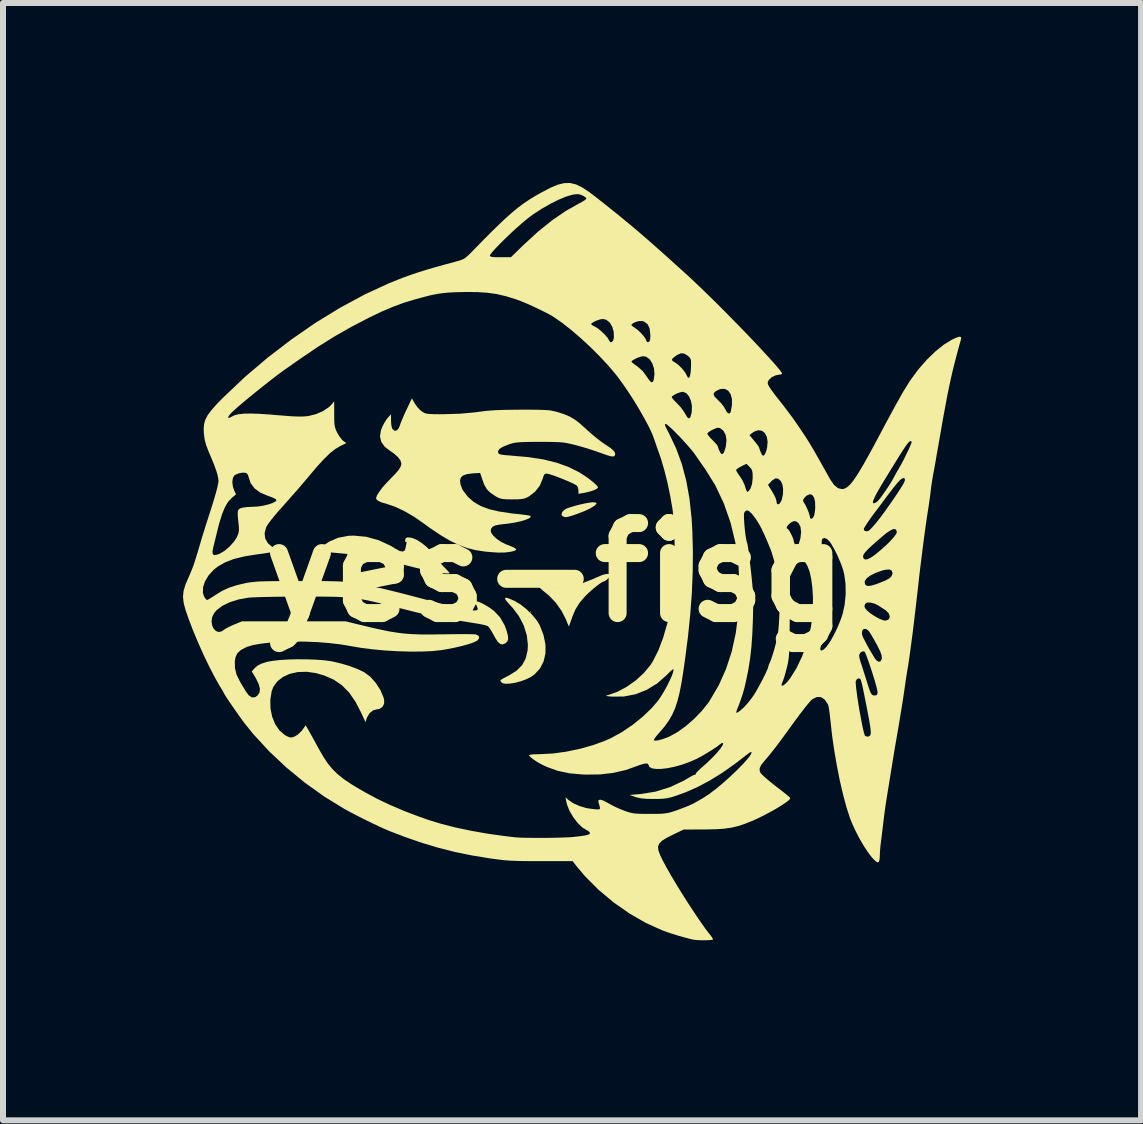
<source format=kicad_pcb>
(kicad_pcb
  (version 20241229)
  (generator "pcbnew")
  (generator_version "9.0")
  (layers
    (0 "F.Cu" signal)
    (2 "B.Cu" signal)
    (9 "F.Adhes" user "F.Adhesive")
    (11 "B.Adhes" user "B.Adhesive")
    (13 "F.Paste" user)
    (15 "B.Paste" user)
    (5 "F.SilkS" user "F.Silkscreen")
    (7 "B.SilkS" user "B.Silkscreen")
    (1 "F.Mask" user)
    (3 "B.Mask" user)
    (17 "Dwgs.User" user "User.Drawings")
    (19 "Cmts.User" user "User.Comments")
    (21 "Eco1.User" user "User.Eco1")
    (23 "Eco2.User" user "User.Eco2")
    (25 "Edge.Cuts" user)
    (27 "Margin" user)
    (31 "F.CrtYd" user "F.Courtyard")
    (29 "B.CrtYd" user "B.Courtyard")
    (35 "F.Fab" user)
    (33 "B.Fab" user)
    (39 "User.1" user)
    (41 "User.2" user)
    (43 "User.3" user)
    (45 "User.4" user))
  (footprint "yes-fisg"
    (layer "F.Cu")
    (at 6.208 6.49)
    (property "Reference" "yes-fisg" (at 0 0 0) (layer "F.SilkS") (effects (font (size 1.5 1.5) (thickness 0.3))))
    (attr board_only exclude_from_pos_files exclude_from_bom)
    (fp_poly (pts (xy -0.403 0.661) (xy -0.412 0.671) (xy -0.422 0.661) (xy -0.412 0.652)) (stroke (width 0) (type solid)) (fill yes) (layer "F.SilkS"))
    (fp_poly (pts (xy 0.675 -1.163) (xy 0.684 -1.145) (xy 0.657 -1.116) (xy 0.595 -1.076) (xy 0.583 -1.069) (xy 0.523 -1.04) (xy 0.445 -1.007) (xy 0.362 -0.975) (xy 0.281 -0.947) (xy 0.215 -0.928) (xy 0.173 -0.92) (xy 0.172 -0.92) (xy 0.13 -0.931) (xy 0.118 -0.937) (xy 0.1 -0.966) (xy 0.111 -1.004) (xy 0.148 -1.042) (xy 0.18 -1.062) (xy 0.239 -1.084) (xy 0.322 -1.109) (xy 0.416 -1.133) (xy 0.508 -1.153) (xy 0.586 -1.166) (xy 0.629 -1.169)) (stroke (width 0) (type solid)) (fill yes) (layer "F.SilkS"))
    (fp_poly (pts (xy -0.754 0.444) (xy -0.681 0.476) (xy -0.581 0.536) (xy -0.478 0.618) (xy -0.383 0.713) (xy -0.304 0.811) (xy -0.262 0.882) (xy -0.199 1.045) (xy -0.167 1.202) (xy -0.167 1.349) (xy -0.198 1.484) (xy -0.259 1.602) (xy -0.349 1.7) (xy -0.407 1.741) (xy -0.484 1.78) (xy -0.574 1.813) (xy -0.667 1.838) (xy -0.756 1.853) (xy -0.831 1.856) (xy -0.883 1.846) (xy -0.897 1.836) (xy -0.917 1.81) (xy -0.92 1.801) (xy -0.904 1.787) (xy -0.862 1.762) (xy -0.801 1.73) (xy -0.78 1.72) (xy -0.652 1.641) (xy -0.558 1.548) (xy -0.497 1.436) (xy -0.465 1.303) (xy -0.46 1.208) (xy -0.478 1.047) (xy -0.529 0.884) (xy -0.61 0.728) (xy -0.717 0.587) (xy -0.738 0.565) (xy -0.802 0.495) (xy -0.837 0.449) (xy -0.84 0.425) (xy -0.813 0.423)) (stroke (width 0) (type solid)) (fill yes) (layer "F.SilkS"))
    (fp_poly (pts (xy 0.899 0.029) (xy 0.911 0.04) (xy 0.907 0.064) (xy 0.881 0.098) (xy 0.845 0.131) (xy 0.811 0.151) (xy 0.8 0.153) (xy 0.772 0.165) (xy 0.725 0.198) (xy 0.665 0.244) (xy 0.6 0.298) (xy 0.539 0.353) (xy 0.496 0.396) (xy 0.401 0.506) (xy 0.332 0.619) (xy 0.277 0.749) (xy 0.27 0.772) (xy 0.248 0.835) (xy 0.232 0.881) (xy 0.224 0.901) (xy 0.224 0.901) (xy 0.216 0.884) (xy 0.197 0.841) (xy 0.172 0.78) (xy 0.168 0.771) (xy 0.098 0.636) (xy 0.003 0.503) (xy -0.108 0.387) (xy -0.163 0.341) (xy -0.214 0.3) (xy -0.251 0.267) (xy -0.265 0.25) (xy -0.25 0.241) (xy -0.199 0.238) (xy -0.112 0.242) (xy -0.1 0.242) (xy 0.092 0.246) (xy 0.272 0.225) (xy 0.451 0.179) (xy 0.639 0.105) (xy 0.682 0.085) (xy 0.779 0.044) (xy 0.852 0.025)) (stroke (width 0) (type solid)) (fill yes) (layer "F.SilkS"))
    (fp_poly (pts (xy -3.156 -0.594) (xy -2.949 -0.537) (xy -2.747 -0.444) (xy -2.67 -0.397) (xy -2.597 -0.357) (xy -2.545 -0.347) (xy -2.513 -0.365) (xy -2.501 -0.398) (xy -2.488 -0.463) (xy -2.482 -0.497) (xy -2.484 -0.51) (xy -2.492 -0.508) (xy -2.493 -0.508) (xy -2.504 -0.515) (xy -2.506 -0.536) (xy -2.495 -0.571) (xy -2.464 -0.584) (xy -2.406 -0.578) (xy -2.382 -0.572) (xy -2.31 -0.542) (xy -2.228 -0.489) (xy -2.146 -0.423) (xy -2.075 -0.351) (xy -2.038 -0.302) (xy -1.999 -0.248) (xy -1.943 -0.181) (xy -1.882 -0.115) (xy -1.875 -0.109) (xy -1.824 -0.056) (xy -1.785 -0.015) (xy -1.765 0.008) (xy -1.764 0.011) (xy -1.781 0.017) (xy -1.83 0.016) (xy -1.904 0.009) (xy -1.996 -0.004) (xy -2.032 -0.011) (xy -2.106 -0.025) (xy -2.204 -0.047) (xy -2.315 -0.074) (xy -2.427 -0.102) (xy -2.444 -0.106) (xy -2.547 -0.133) (xy -2.644 -0.158) (xy -2.724 -0.178) (xy -2.78 -0.191) (xy -2.789 -0.193) (xy -2.843 -0.205) (xy -2.921 -0.222) (xy -3.008 -0.241) (xy -3.038 -0.248) (xy -3.113 -0.262) (xy -3.216 -0.278) (xy -3.339 -0.293) (xy -3.471 -0.308) (xy -3.601 -0.32) (xy -3.991 -0.353) (xy -3.927 -0.406) (xy -3.777 -0.51) (xy -3.62 -0.578) (xy -3.449 -0.61) (xy -3.366 -0.613)) (stroke (width 0) (type solid)) (fill yes) (layer "F.SilkS"))
    (fp_poly (pts (xy -2.346 -2.817) (xy -2.302 -2.754) (xy -2.249 -2.699) (xy -2.229 -2.684) (xy -2.201 -2.666) (xy -2.174 -2.653) (xy -2.141 -2.645) (xy -2.094 -2.64) (xy -2.027 -2.637) (xy -1.933 -2.636) (xy -1.851 -2.637) (xy -1.589 -2.645) (xy -1.348 -2.667) (xy -1.294 -2.674) (xy -1.191 -2.688) (xy -1.086 -2.698) (xy -0.97 -2.705) (xy -0.836 -2.709) (xy -0.675 -2.711) (xy -0.575 -2.712) (xy -0.426 -2.712) (xy -0.31 -2.711) (xy -0.219 -2.709) (xy -0.149 -2.705) (xy -0.092 -2.7) (xy -0.043 -2.691) (xy 0.004 -2.68) (xy 0.048 -2.668) (xy 0.153 -2.633) (xy 0.242 -2.595) (xy 0.322 -2.547) (xy 0.406 -2.483) (xy 0.502 -2.397) (xy 0.521 -2.379) (xy 0.602 -2.307) (xy 0.691 -2.233) (xy 0.774 -2.17) (xy 0.816 -2.141) (xy 0.899 -2.086) (xy 0.953 -2.044) (xy 0.983 -2.011) (xy 0.994 -1.982) (xy 0.993 -1.961) (xy 0.984 -1.941) (xy 0.964 -1.932) (xy 0.926 -1.935) (xy 0.867 -1.951) (xy 0.78 -1.981) (xy 0.728 -2) (xy 0.627 -2.035) (xy 0.508 -2.073) (xy 0.389 -2.107) (xy 0.335 -2.122) (xy 0.261 -2.14) (xy 0.197 -2.154) (xy 0.137 -2.164) (xy 0.071 -2.17) (xy -0.008 -2.173) (xy -0.108 -2.175) (xy -0.236 -2.175) (xy -0.268 -2.175) (xy -0.403 -2.175) (xy -0.506 -2.173) (xy -0.584 -2.17) (xy -0.644 -2.165) (xy -0.692 -2.158) (xy -0.736 -2.147) (xy -0.782 -2.132) (xy -0.794 -2.127) (xy -0.882 -2.091) (xy -0.936 -2.056) (xy -0.957 -2.02) (xy -0.953 -1.989) (xy -0.939 -1.974) (xy -0.905 -1.963) (xy -0.845 -1.955) (xy -0.754 -1.948) (xy -0.735 -1.946) (xy -0.45 -1.921) (xy -0.199 -1.882) (xy 0.024 -1.827) (xy 0.22 -1.756) (xy 0.394 -1.669) (xy 0.404 -1.663) (xy 0.485 -1.612) (xy 0.562 -1.557) (xy 0.629 -1.504) (xy 0.679 -1.458) (xy 0.706 -1.425) (xy 0.709 -1.416) (xy 0.692 -1.395) (xy 0.644 -1.371) (xy 0.574 -1.348) (xy 0.491 -1.328) (xy 0.484 -1.327) (xy 0.383 -1.309) (xy 0.383 -1.36) (xy 0.375 -1.411) (xy 0.359 -1.443) (xy 0.333 -1.461) (xy 0.279 -1.489) (xy 0.206 -1.521) (xy 0.122 -1.556) (xy 0.035 -1.59) (xy -0.044 -1.619) (xy -0.109 -1.639) (xy -0.15 -1.648) (xy -0.154 -1.649) (xy -0.181 -1.638) (xy -0.201 -1.602) (xy -0.213 -1.562) (xy -0.262 -1.445) (xy -0.342 -1.343) (xy -0.435 -1.271) (xy -0.481 -1.246) (xy -0.523 -1.23) (xy -0.571 -1.222) (xy -0.637 -1.218) (xy -0.719 -1.217) (xy -0.809 -1.218) (xy -0.872 -1.222) (xy -0.919 -1.231) (xy -0.96 -1.248) (xy -1.006 -1.274) (xy -1.088 -1.33) (xy -1.145 -1.388) (xy -1.188 -1.463) (xy -1.217 -1.542) (xy -1.256 -1.658) (xy -1.371 -1.651) (xy -1.473 -1.639) (xy -1.542 -1.614) (xy -1.576 -1.583) (xy -1.591 -1.531) (xy -1.582 -1.461) (xy -1.551 -1.384) (xy -1.537 -1.36) (xy -1.459 -1.259) (xy -1.364 -1.175) (xy -1.248 -1.107) (xy -1.107 -1.054) (xy -0.937 -1.014) (xy -0.736 -0.984) (xy -0.667 -0.977) (xy -0.575 -0.967) (xy -0.498 -0.957) (xy -0.442 -0.948) (xy -0.416 -0.941) (xy -0.416 -0.94) (xy -0.415 -0.92) (xy -0.446 -0.898) (xy -0.505 -0.874) (xy -0.585 -0.851) (xy -0.682 -0.83) (xy -0.79 -0.813) (xy -0.848 -0.807) (xy -0.944 -0.795) (xy -1.008 -0.781) (xy -1.048 -0.76) (xy -1.071 -0.73) (xy -1.08 -0.705) (xy -1.073 -0.662) (xy -1.037 -0.612) (xy -0.979 -0.558) (xy -0.906 -0.508) (xy -0.825 -0.468) (xy -0.814 -0.464) (xy -0.725 -0.429) (xy -0.672 -0.403) (xy -0.654 -0.382) (xy -0.669 -0.366) (xy -0.717 -0.351) (xy -0.752 -0.343) (xy -0.842 -0.332) (xy -0.951 -0.33) (xy -1.086 -0.339) (xy -1.179 -0.348) (xy -1.331 -0.371) (xy -1.475 -0.407) (xy -1.618 -0.46) (xy -1.765 -0.532) (xy -1.921 -0.625) (xy -2.095 -0.742) (xy -2.205 -0.822) (xy -2.356 -0.927) (xy -2.511 -1.017) (xy -2.659 -1.088) (xy -2.792 -1.135) (xy -2.804 -1.139) (xy -2.897 -1.166) (xy -2.956 -1.193) (xy -2.986 -1.22) (xy -2.99 -1.238) (xy -2.977 -1.28) (xy -2.939 -1.341) (xy -2.882 -1.417) (xy -2.808 -1.5) (xy -2.742 -1.569) (xy -2.665 -1.648) (xy -2.614 -1.708) (xy -2.584 -1.756) (xy -2.57 -1.797) (xy -2.569 -1.818) (xy -2.585 -1.868) (xy -2.629 -1.925) (xy -2.694 -1.983) (xy -2.75 -2.021) (xy -2.845 -2.093) (xy -2.903 -2.174) (xy -2.925 -2.266) (xy -2.909 -2.369) (xy -2.888 -2.423) (xy -2.853 -2.491) (xy -2.814 -2.553) (xy -2.791 -2.582) (xy -2.741 -2.635) (xy -2.741 -2.529) (xy -2.737 -2.463) (xy -2.726 -2.409) (xy -2.716 -2.388) (xy -2.68 -2.36) (xy -2.643 -2.367) (xy -2.61 -2.407) (xy -2.596 -2.444) (xy -2.578 -2.494) (xy -2.548 -2.567) (xy -2.511 -2.652) (xy -2.483 -2.711) (xy -2.393 -2.901)) (stroke (width 0) (type solid)) (fill yes) (layer "F.SilkS"))
    (fp_poly (pts (xy 0.343 -6.466) (xy 0.447 -6.415) (xy 0.565 -6.337) (xy 0.665 -6.261) (xy 0.828 -6.133) (xy 0.978 -6.013) (xy 1.12 -5.898) (xy 1.257 -5.784) (xy 1.396 -5.667) (xy 1.541 -5.542) (xy 1.696 -5.405) (xy 1.867 -5.253) (xy 2.058 -5.08) (xy 2.175 -4.975) (xy 2.282 -4.876) (xy 2.4 -4.764) (xy 2.528 -4.64) (xy 2.662 -4.509) (xy 2.799 -4.372) (xy 2.937 -4.232) (xy 3.074 -4.092) (xy 3.206 -3.956) (xy 3.331 -3.825) (xy 3.445 -3.703) (xy 3.547 -3.592) (xy 3.634 -3.496) (xy 3.702 -3.417) (xy 3.75 -3.358) (xy 3.774 -3.321) (xy 3.776 -3.314) (xy 3.761 -3.3) (xy 3.741 -3.297) (xy 3.67 -3.285) (xy 3.602 -3.252) (xy 3.557 -3.209) (xy 3.538 -3.173) (xy 3.539 -3.142) (xy 3.556 -3.105) (xy 3.581 -3.065) (xy 3.624 -3.005) (xy 3.676 -2.936) (xy 3.705 -2.899) (xy 3.794 -2.787) (xy 3.879 -2.675) (xy 3.954 -2.574) (xy 4.006 -2.5) (xy 4.067 -2.411) (xy 4.117 -2.336) (xy 4.162 -2.269) (xy 4.203 -2.205) (xy 4.243 -2.14) (xy 4.286 -2.068) (xy 4.334 -1.985) (xy 4.391 -1.885) (xy 4.459 -1.764) (xy 4.542 -1.616) (xy 4.58 -1.548) (xy 4.643 -1.457) (xy 4.709 -1.404) (xy 4.777 -1.388) (xy 4.803 -1.392) (xy 4.837 -1.405) (xy 4.873 -1.43) (xy 4.913 -1.468) (xy 4.958 -1.522) (xy 5.009 -1.595) (xy 5.069 -1.69) (xy 5.138 -1.807) (xy 5.219 -1.951) (xy 5.313 -2.124) (xy 5.422 -2.328) (xy 5.463 -2.406) (xy 5.577 -2.618) (xy 5.675 -2.798) (xy 5.716 -2.871) (xy 5.749 -2.93) (xy 5.786 -2.996) (xy 5.791 -3.005) (xy 5.908 -3.193) (xy 6.039 -3.372) (xy 6.18 -3.535) (xy 6.326 -3.678) (xy 6.471 -3.795) (xy 6.608 -3.879) (xy 6.686 -3.915) (xy 6.736 -3.929) (xy 6.76 -3.92) (xy 6.76 -3.889) (xy 6.759 -3.887) (xy 6.717 -3.737) (xy 6.68 -3.598) (xy 6.646 -3.467) (xy 6.614 -3.337) (xy 6.584 -3.204) (xy 6.554 -3.063) (xy 6.523 -2.909) (xy 6.491 -2.736) (xy 6.455 -2.54) (xy 6.416 -2.316) (xy 6.375 -2.08) (xy 6.354 -1.964) (xy 6.334 -1.846) (xy 6.315 -1.739) (xy 6.299 -1.655) (xy 6.296 -1.639) (xy 6.279 -1.539) (xy 6.262 -1.426) (xy 6.25 -1.326) (xy 6.237 -1.225) (xy 6.22 -1.11) (xy 6.204 -1.005) (xy 6.203 -1) (xy 6.191 -0.922) (xy 6.175 -0.813) (xy 6.157 -0.681) (xy 6.137 -0.534) (xy 6.117 -0.377) (xy 6.097 -0.219) (xy 6.078 -0.067) (xy 6.062 0.071) (xy 6.057 0.115) (xy 6.03 0.357) (xy 6.003 0.591) (xy 5.977 0.811) (xy 5.952 1.015) (xy 5.928 1.197) (xy 5.907 1.353) (xy 5.889 1.479) (xy 5.876 1.562) (xy 5.859 1.663) (xy 5.841 1.776) (xy 5.828 1.869) (xy 5.811 1.986) (xy 5.79 2.128) (xy 5.765 2.282) (xy 5.74 2.435) (xy 5.717 2.575) (xy 5.703 2.655) (xy 5.688 2.741) (xy 5.667 2.861) (xy 5.641 3.016) (xy 5.61 3.208) (xy 5.573 3.435) (xy 5.53 3.7) (xy 5.521 3.757) (xy 5.503 3.871) (xy 5.486 3.993) (xy 5.471 4.107) (xy 5.463 4.178) (xy 5.451 4.276) (xy 5.439 4.378) (xy 5.428 4.465) (xy 5.425 4.485) (xy 5.415 4.569) (xy 5.408 4.655) (xy 5.406 4.706) (xy 5.402 4.782) (xy 5.39 4.824) (xy 5.369 4.833) (xy 5.337 4.815) (xy 5.276 4.754) (xy 5.208 4.664) (xy 5.135 4.553) (xy 5.062 4.428) (xy 4.995 4.296) (xy 4.936 4.166) (xy 4.908 4.093) (xy 4.85 3.915) (xy 4.794 3.706) (xy 4.74 3.475) (xy 4.691 3.228) (xy 4.647 2.973) (xy 4.61 2.718) (xy 4.583 2.471) (xy 4.581 2.456) (xy 4.571 2.365) (xy 4.56 2.284) (xy 4.549 2.225) (xy 4.54 2.197) (xy 4.487 2.12) (xy 4.426 2.079) (xy 4.358 2.076) (xy 4.285 2.111) (xy 4.279 2.115) (xy 4.249 2.144) (xy 4.202 2.199) (xy 4.142 2.274) (xy 4.073 2.364) (xy 3.999 2.464) (xy 3.985 2.483) (xy 3.865 2.649) (xy 3.764 2.786) (xy 3.68 2.899) (xy 3.608 2.991) (xy 3.548 3.066) (xy 3.495 3.128) (xy 3.487 3.136) (xy 3.43 3.207) (xy 3.403 3.263) (xy 3.404 3.311) (xy 3.419 3.344) (xy 3.445 3.372) (xy 3.494 3.418) (xy 3.561 3.475) (xy 3.638 3.537) (xy 3.653 3.549) (xy 3.747 3.622) (xy 3.815 3.675) (xy 3.861 3.712) (xy 3.889 3.736) (xy 3.904 3.75) (xy 3.91 3.759) (xy 3.911 3.766) (xy 3.91 3.769) (xy 3.894 3.793) (xy 3.848 3.829) (xy 3.779 3.876) (xy 3.693 3.929) (xy 3.595 3.985) (xy 3.49 4.041) (xy 3.384 4.094) (xy 3.284 4.14) (xy 3.278 4.142) (xy 3.155 4.191) (xy 3.043 4.228) (xy 2.933 4.254) (xy 2.815 4.271) (xy 2.68 4.28) (xy 2.519 4.284) (xy 2.481 4.284) (xy 2.135 4.286) (xy 1.964 4.368) (xy 1.853 4.424) (xy 1.775 4.473) (xy 1.728 4.52) (xy 1.709 4.573) (xy 1.716 4.637) (xy 1.747 4.717) (xy 1.786 4.798) (xy 1.849 4.916) (xy 1.927 5.053) (xy 2.016 5.202) (xy 2.113 5.359) (xy 2.212 5.515) (xy 2.311 5.666) (xy 2.404 5.804) (xy 2.488 5.924) (xy 2.56 6.019) (xy 2.581 6.045) (xy 2.611 6.085) (xy 2.626 6.114) (xy 2.626 6.117) (xy 2.609 6.124) (xy 2.563 6.129) (xy 2.499 6.131) (xy 2.428 6.131) (xy 2.358 6.128) (xy 2.301 6.121) (xy 2.3 6.121) (xy 2.24 6.108) (xy 2.154 6.085) (xy 2.054 6.057) (xy 1.952 6.025) (xy 1.857 5.994) (xy 1.783 5.967) (xy 1.506 5.842) (xy 1.231 5.684) (xy 0.966 5.498) (xy 0.718 5.29) (xy 0.492 5.064) (xy 0.348 4.893) (xy 0.285 4.812) (xy -0.246 4.812) (xy -0.413 4.812) (xy -0.549 4.811) (xy -0.662 4.808) (xy -0.76 4.804) (xy -0.85 4.797) (xy -0.939 4.787) (xy -1.036 4.774) (xy -1.102 4.765) (xy -1.399 4.716) (xy -1.677 4.659) (xy -1.946 4.591) (xy -2.217 4.51) (xy -2.5 4.413) (xy -2.76 4.313) (xy -2.844 4.278) (xy -2.951 4.229) (xy -3.075 4.17) (xy -3.204 4.106) (xy -3.332 4.042) (xy -3.447 3.981) (xy -3.518 3.942) (xy -3.852 3.737) (xy -4.178 3.504) (xy -4.488 3.249) (xy -4.777 2.977) (xy -5.037 2.694) (xy -5.176 2.522) (xy -5.216 2.469) (xy -5.266 2.399) (xy -5.321 2.321) (xy -5.377 2.241) (xy -5.429 2.165) (xy -5.474 2.099) (xy -5.505 2.05) (xy -5.52 2.024) (xy -5.521 2.023) (xy -5.53 2.005) (xy -5.554 1.962) (xy -5.589 1.905) (xy -5.596 1.894) (xy -5.68 1.745) (xy -5.771 1.569) (xy -5.865 1.374) (xy -5.956 1.17) (xy -6.041 0.967) (xy -6.115 0.773) (xy -6.163 0.636) (xy -6.196 0.515) (xy -6.208 0.409) (xy -6.201 0.335) (xy -5.877 0.335) (xy -5.858 0.4) (xy -5.832 0.44) (xy -5.811 0.46) (xy -5.808 0.46) (xy -5.784 0.45) (xy -5.739 0.423) (xy -5.679 0.385) (xy -5.667 0.376) (xy -5.556 0.308) (xy -5.441 0.255) (xy -5.31 0.213) (xy -5.163 0.178) (xy -5.114 0.169) (xy -5.061 0.162) (xy -5.001 0.156) (xy -4.929 0.151) (xy -4.841 0.148) (xy -4.731 0.146) (xy -4.596 0.145) (xy -4.431 0.144) (xy -4.265 0.144) (xy -4.075 0.144) (xy -3.918 0.144) (xy -3.79 0.146) (xy -3.685 0.148) (xy -3.599 0.151) (xy -3.526 0.156) (xy -3.463 0.162) (xy -3.403 0.169) (xy -3.341 0.179) (xy -3.297 0.187) (xy -3.173 0.21) (xy -3.057 0.233) (xy -2.941 0.258) (xy -2.82 0.285) (xy -2.686 0.318) (xy -2.533 0.356) (xy -2.354 0.403) (xy -2.214 0.44) (xy -2.004 0.495) (xy -1.828 0.54) (xy -1.683 0.576) (xy -1.566 0.602) (xy -1.474 0.621) (xy -1.404 0.631) (xy -1.354 0.635) (xy -1.32 0.632) (xy -1.3 0.622) (xy -1.298 0.621) (xy -1.297 0.597) (xy -1.313 0.557) (xy -1.314 0.554) (xy -1.333 0.514) (xy -1.342 0.49) (xy -1.342 0.49) (xy -1.327 0.479) (xy -1.288 0.488) (xy -1.232 0.511) (xy -1.165 0.547) (xy -1.094 0.591) (xy -1.026 0.641) (xy -1.021 0.645) (xy -0.923 0.75) (xy -0.847 0.882) (xy -0.815 0.97) (xy -0.793 1.054) (xy -0.789 1.112) (xy -0.802 1.152) (xy -0.833 1.18) (xy -0.879 1.2) (xy -0.92 1.193) (xy -0.962 1.156) (xy -1.007 1.086) (xy -1.023 1.056) (xy -1.06 0.99) (xy -1.093 0.937) (xy -1.117 0.905) (xy -1.119 0.903) (xy -1.131 0.895) (xy -1.15 0.887) (xy -1.179 0.878) (xy -1.224 0.868) (xy -1.287 0.856) (xy -1.375 0.842) (xy -1.491 0.823) (xy -1.64 0.799) (xy -1.668 0.794) (xy -1.796 0.774) (xy -1.909 0.754) (xy -2.016 0.733) (xy -2.125 0.71) (xy -2.244 0.683) (xy -2.383 0.649) (xy -2.549 0.607) (xy -2.578 0.6) (xy -2.763 0.553) (xy -2.92 0.514) (xy -3.056 0.483) (xy -3.176 0.458) (xy -3.287 0.439) (xy -3.395 0.425) (xy -3.507 0.415) (xy -3.63 0.408) (xy -3.768 0.405) (xy -3.93 0.403) (xy -4.121 0.403) (xy -4.217 0.403) (xy -4.39 0.403) (xy -4.557 0.405) (xy -4.713 0.407) (xy -4.853 0.41) (xy -4.971 0.413) (xy -5.061 0.417) (xy -5.119 0.422) (xy -5.121 0.422) (xy -5.283 0.451) (xy -5.429 0.497) (xy -5.553 0.558) (xy -5.648 0.63) (xy -5.691 0.681) (xy -5.723 0.749) (xy -5.732 0.819) (xy -5.722 0.884) (xy -5.696 0.94) (xy -5.658 0.978) (xy -5.612 0.994) (xy -5.56 0.981) (xy -5.532 0.961) (xy -5.495 0.936) (xy -5.434 0.904) (xy -5.363 0.872) (xy -5.358 0.87) (xy -5.224 0.815) (xy -4.361 0.815) (xy -3.498 0.815) (xy -3.278 0.869) (xy -3.084 0.916) (xy -2.918 0.953) (xy -2.774 0.983) (xy -2.643 1.004) (xy -2.517 1.02) (xy -2.389 1.029) (xy -2.25 1.034) (xy -2.093 1.035) (xy -1.91 1.032) (xy -1.862 1.032) (xy -1.726 1.03) (xy -1.601 1.029) (xy -1.492 1.029) (xy -1.405 1.03) (xy -1.346 1.032) (xy -1.323 1.035) (xy -1.28 1.058) (xy -1.271 1.093) (xy -1.297 1.131) (xy -1.311 1.141) (xy -1.365 1.167) (xy -1.45 1.196) (xy -1.558 1.226) (xy -1.682 1.255) (xy -1.815 1.281) (xy -1.899 1.295) (xy -2.047 1.311) (xy -2.224 1.319) (xy -2.422 1.32) (xy -2.632 1.314) (xy -2.846 1.301) (xy -3.056 1.281) (xy -3.252 1.256) (xy -3.407 1.229) (xy -3.58 1.2) (xy -3.768 1.178) (xy -3.967 1.162) (xy -4.17 1.154) (xy -4.371 1.152) (xy -4.564 1.157) (xy -4.744 1.169) (xy -4.904 1.187) (xy -5.039 1.211) (xy -5.144 1.242) (xy -5.155 1.247) (xy -5.244 1.294) (xy -5.301 1.347) (xy -5.333 1.414) (xy -5.344 1.481) (xy -5.342 1.595) (xy -5.315 1.704) (xy -5.258 1.82) (xy -5.248 1.838) (xy -5.211 1.899) (xy -5.18 1.951) (xy -5.165 1.977) (xy -5.111 2.05) (xy -5.058 2.084) (xy -5.005 2.08) (xy -4.965 2.051) (xy -4.933 2.001) (xy -4.926 1.939) (xy -4.947 1.86) (xy -4.995 1.761) (xy -5.024 1.713) (xy -5.062 1.651) (xy -5.009 1.591) (xy -4.964 1.553) (xy -4.903 1.522) (xy -4.815 1.493) (xy -4.812 1.492) (xy -4.721 1.475) (xy -4.601 1.461) (xy -4.46 1.452) (xy -4.307 1.448) (xy -4.15 1.449) (xy -3.999 1.454) (xy -3.862 1.464) (xy -3.747 1.479) (xy -3.729 1.482) (xy -3.577 1.517) (xy -3.427 1.562) (xy -3.293 1.613) (xy -3.189 1.663) (xy -3.089 1.737) (xy -2.997 1.839) (xy -2.92 1.957) (xy -2.867 2.082) (xy -2.856 2.123) (xy -2.856 2.189) (xy -2.886 2.244) (xy -2.936 2.276) (xy -2.97 2.281) (xy -3.039 2.299) (xy -3.099 2.347) (xy -3.141 2.417) (xy -3.145 2.427) (xy -3.167 2.496) (xy -3.235 2.346) (xy -3.332 2.158) (xy -3.438 2.004) (xy -3.558 1.882) (xy -3.695 1.788) (xy -3.854 1.718) (xy -3.993 1.678) (xy -4.148 1.656) (xy -4.294 1.661) (xy -4.428 1.69) (xy -4.543 1.743) (xy -4.637 1.817) (xy -4.703 1.909) (xy -4.73 1.98) (xy -4.753 2.124) (xy -4.75 2.268) (xy -4.722 2.405) (xy -4.672 2.529) (xy -4.602 2.632) (xy -4.513 2.709) (xy -4.481 2.728) (xy -4.432 2.749) (xy -4.394 2.751) (xy -4.346 2.735) (xy -4.345 2.734) (xy -4.292 2.701) (xy -4.239 2.65) (xy -4.22 2.627) (xy -4.163 2.548) (xy -4.116 2.63) (xy -4.089 2.678) (xy -4.049 2.75) (xy -4.001 2.838) (xy -3.949 2.932) (xy -3.938 2.952) (xy -3.866 3.077) (xy -3.795 3.184) (xy -3.718 3.277) (xy -3.632 3.362) (xy -3.53 3.444) (xy -3.407 3.527) (xy -3.257 3.617) (xy -3.152 3.677) (xy -2.955 3.782) (xy -2.752 3.878) (xy -2.534 3.971) (xy -2.294 4.063) (xy -2.118 4.125) (xy -1.911 4.189) (xy -1.674 4.25) (xy -1.413 4.305) (xy -1.136 4.354) (xy -0.851 4.394) (xy -0.671 4.415) (xy -0.603 4.42) (xy -0.505 4.423) (xy -0.386 4.424) (xy -0.254 4.425) (xy -0.117 4.424) (xy 0.016 4.422) (xy 0.137 4.418) (xy 0.237 4.414) (xy 0.303 4.409) (xy 0.413 4.396) (xy 0.49 4.385) (xy 0.539 4.374) (xy 0.566 4.361) (xy 0.575 4.346) (xy 0.575 4.342) (xy 0.559 4.319) (xy 0.52 4.295) (xy 0.517 4.294) (xy 0.443 4.248) (xy 0.367 4.173) (xy 0.296 4.08) (xy 0.236 3.978) (xy 0.194 3.875) (xy 0.181 3.824) (xy 0.167 3.748) (xy 0.213 3.79) (xy 0.294 3.846) (xy 0.401 3.894) (xy 0.519 3.929) (xy 0.616 3.943) (xy 0.688 3.95) (xy 0.729 3.949) (xy 0.743 3.935) (xy 0.737 3.9) (xy 0.718 3.838) (xy 0.717 3.834) (xy 0.716 3.798) (xy 0.742 3.787) (xy 0.794 3.801) (xy 0.869 3.84) (xy 0.886 3.85) (xy 0.969 3.895) (xy 1.068 3.941) (xy 1.155 3.975) (xy 1.217 3.996) (xy 1.273 4.01) (xy 1.332 4.019) (xy 1.402 4.023) (xy 1.495 4.025) (xy 1.575 4.025) (xy 1.685 4.025) (xy 1.768 4.022) (xy 1.832 4.016) (xy 1.889 4.006) (xy 1.949 3.989) (xy 2.023 3.964) (xy 2.039 3.958) (xy 2.129 3.925) (xy 2.214 3.891) (xy 2.281 3.861) (xy 2.308 3.847) (xy 2.377 3.808) (xy 2.449 3.767) (xy 2.463 3.758) (xy 2.556 3.698) (xy 2.666 3.615) (xy 2.786 3.516) (xy 2.909 3.406) (xy 3.028 3.293) (xy 3.136 3.182) (xy 3.216 3.091) (xy 3.254 3.038) (xy 3.269 3.004) (xy 3.261 2.992) (xy 3.231 3.006) (xy 3.212 3.021) (xy 2.983 3.197) (xy 2.771 3.346) (xy 2.569 3.47) (xy 2.372 3.575) (xy 2.173 3.663) (xy 2.014 3.721) (xy 1.933 3.747) (xy 1.863 3.763) (xy 1.792 3.772) (xy 1.704 3.776) (xy 1.639 3.776) (xy 1.516 3.774) (xy 1.423 3.765) (xy 1.35 3.749) (xy 1.331 3.743) (xy 1.236 3.709) (xy 1.419 3.694) (xy 1.667 3.654) (xy 1.911 3.578) (xy 2.141 3.47) (xy 2.233 3.415) (xy 2.282 3.387) (xy 2.319 3.372) (xy 2.329 3.371) (xy 2.339 3.368) (xy 2.335 3.364) (xy 2.342 3.346) (xy 2.374 3.311) (xy 2.422 3.265) (xy 2.441 3.249) (xy 2.534 3.166) (xy 2.618 3.084) (xy 2.691 3.007) (xy 2.747 2.939) (xy 2.783 2.886) (xy 2.795 2.851) (xy 2.792 2.843) (xy 2.771 2.845) (xy 2.737 2.869) (xy 2.736 2.869) (xy 2.691 2.904) (xy 2.621 2.951) (xy 2.539 3.002) (xy 2.454 3.053) (xy 2.376 3.095) (xy 2.358 3.105) (xy 2.237 3.158) (xy 2.113 3.203) (xy 1.989 3.238) (xy 1.872 3.262) (xy 1.765 3.275) (xy 1.675 3.276) (xy 1.607 3.265) (xy 1.564 3.241) (xy 1.553 3.21) (xy 1.537 3.187) (xy 1.492 3.185) (xy 1.42 3.205) (xy 1.384 3.218) (xy 1.172 3.293) (xy 0.961 3.342) (xy 0.742 3.367) (xy 0.503 3.37) (xy 0.45 3.368) (xy 0.23 3.348) (xy 0.033 3.306) (xy -0.151 3.239) (xy -0.22 3.206) (xy -0.295 3.165) (xy -0.361 3.122) (xy -0.411 3.083) (xy -0.438 3.053) (xy -0.441 3.046) (xy -0.423 3.039) (xy -0.375 3.033) (xy -0.304 3.03) (xy -0.244 3.029) (xy -0.039 3.018) (xy 0.185 2.987) (xy 0.413 2.939) (xy 0.635 2.876) (xy 0.836 2.802) (xy 0.851 2.795) (xy 1.638 2.795) (xy 1.639 2.798) (xy 1.664 2.805) (xy 1.715 2.798) (xy 1.785 2.779) (xy 1.865 2.75) (xy 1.902 2.734) (xy 2.032 2.663) (xy 2.169 2.564) (xy 2.306 2.446) (xy 2.411 2.338) (xy 3.013 2.338) (xy 3.034 2.335) (xy 3.073 2.309) (xy 3.126 2.262) (xy 3.141 2.248) (xy 3.204 2.179) (xy 3.268 2.098) (xy 3.302 2.05) (xy 3.339 1.991) (xy 3.381 1.916) (xy 3.407 1.869) (xy 3.767 1.869) (xy 3.772 1.889) (xy 3.794 1.885) (xy 3.829 1.859) (xy 3.861 1.827) (xy 5.003 1.827) (xy 5.007 1.885) (xy 5.016 1.967) (xy 5.029 2.066) (xy 5.046 2.177) (xy 5.065 2.293) (xy 5.086 2.407) (xy 5.106 2.513) (xy 5.125 2.605) (xy 5.142 2.674) (xy 5.156 2.717) (xy 5.162 2.726) (xy 5.208 2.74) (xy 5.244 2.718) (xy 5.25 2.708) (xy 5.256 2.668) (xy 5.249 2.592) (xy 5.231 2.48) (xy 5.23 2.473) (xy 5.195 2.288) (xy 5.165 2.137) (xy 5.142 2.018) (xy 5.123 1.927) (xy 5.108 1.86) (xy 5.096 1.815) (xy 5.088 1.788) (xy 5.081 1.776) (xy 5.05 1.765) (xy 5.02 1.783) (xy 5.004 1.82) (xy 5.003 1.827) (xy 3.861 1.827) (xy 3.873 1.814) (xy 3.91 1.767) (xy 4.016 1.598) (xy 4.11 1.401) (xy 4.116 1.385) (xy 5.061 1.385) (xy 5.067 1.43) (xy 5.083 1.488) (xy 5.088 1.504) (xy 5.106 1.555) (xy 5.13 1.631) (xy 5.158 1.72) (xy 5.178 1.783) (xy 5.21 1.887) (xy 5.235 1.96) (xy 5.254 2.008) (xy 5.272 2.035) (xy 5.29 2.048) (xy 5.313 2.051) (xy 5.32 2.051) (xy 5.354 2.045) (xy 5.366 2.018) (xy 5.368 1.993) (xy 5.362 1.956) (xy 5.346 1.893) (xy 5.323 1.811) (xy 5.294 1.717) (xy 5.263 1.619) (xy 5.231 1.524) (xy 5.201 1.439) (xy 5.176 1.372) (xy 5.157 1.33) (xy 5.149 1.319) (xy 5.116 1.316) (xy 5.082 1.337) (xy 5.062 1.374) (xy 5.061 1.385) (xy 4.116 1.385) (xy 4.148 1.295) (xy 4.415 1.295) (xy 4.436 1.303) (xy 4.47 1.285) (xy 4.514 1.242) (xy 4.519 1.236) (xy 4.577 1.154) (xy 4.638 1.046) (xy 4.651 1.019) (xy 5.107 1.019) (xy 5.117 1.061) (xy 5.138 1.106) (xy 5.172 1.171) (xy 5.213 1.248) (xy 5.258 1.325) (xy 5.299 1.394) (xy 5.331 1.445) (xy 5.345 1.462) (xy 5.385 1.49) (xy 5.418 1.482) (xy 5.438 1.441) (xy 5.44 1.427) (xy 5.435 1.382) (xy 5.412 1.317) (xy 5.368 1.227) (xy 5.347 1.188) (xy 5.303 1.11) (xy 5.263 1.041) (xy 5.232 0.992) (xy 5.218 0.973) (xy 5.176 0.942) (xy 5.139 0.943) (xy 5.113 0.971) (xy 5.107 1.019) (xy 4.651 1.019) (xy 4.698 0.923) (xy 4.75 0.797) (xy 4.785 0.695) (xy 4.814 0.565) (xy 5.149 0.565) (xy 5.16 0.596) (xy 5.19 0.632) (xy 5.239 0.675) (xy 5.306 0.721) (xy 5.378 0.762) (xy 5.444 0.792) (xy 5.493 0.805) (xy 5.495 0.805) (xy 5.539 0.792) (xy 5.56 0.776) (xy 5.572 0.734) (xy 5.555 0.685) (xy 5.511 0.637) (xy 5.488 0.621) (xy 5.432 0.586) (xy 5.38 0.551) (xy 5.322 0.522) (xy 5.256 0.504) (xy 5.252 0.504) (xy 5.201 0.501) (xy 5.172 0.514) (xy 5.158 0.534) (xy 5.149 0.565) (xy 4.814 0.565) (xy 4.82 0.534) (xy 4.837 0.361) (xy 4.834 0.189) (xy 4.829 0.151) (xy 5.153 0.151) (xy 5.158 0.195) (xy 5.18 0.219) (xy 5.216 0.227) (xy 5.271 0.218) (xy 5.352 0.194) (xy 5.401 0.175) (xy 5.499 0.135) (xy 5.565 0.099) (xy 5.602 0.062) (xy 5.616 0.022) (xy 5.617 0.011) (xy 5.603 -0.031) (xy 5.563 -0.049) (xy 5.494 -0.043) (xy 5.448 -0.032) (xy 5.333 0.009) (xy 5.243 0.055) (xy 5.182 0.103) (xy 5.153 0.151) (xy 4.829 0.151) (xy 4.812 0.029) (xy 4.792 -0.048) (xy 4.753 -0.157) (xy 4.705 -0.268) (xy 5.126 -0.268) (xy 5.129 -0.243) (xy 5.13 -0.241) (xy 5.156 -0.215) (xy 5.201 -0.219) (xy 5.268 -0.253) (xy 5.326 -0.295) (xy 5.422 -0.374) (xy 5.51 -0.452) (xy 5.585 -0.527) (xy 5.643 -0.593) (xy 5.68 -0.644) (xy 5.69 -0.677) (xy 5.674 -0.715) (xy 5.641 -0.724) (xy 5.588 -0.704) (xy 5.515 -0.655) (xy 5.46 -0.61) (xy 5.347 -0.513) (xy 5.261 -0.436) (xy 5.199 -0.377) (xy 5.158 -0.331) (xy 5.134 -0.296) (xy 5.126 -0.268) (xy 4.705 -0.268) (xy 4.704 -0.272) (xy 4.65 -0.381) (xy 4.598 -0.472) (xy 4.57 -0.513) (xy 4.525 -0.557) (xy 4.482 -0.574) (xy 4.449 -0.561) (xy 4.44 -0.545) (xy 4.438 -0.52) (xy 4.437 -0.46) (xy 4.437 -0.372) (xy 4.439 -0.257) (xy 4.441 -0.122) (xy 4.445 0.029) (xy 4.449 0.192) (xy 4.45 0.221) (xy 4.455 0.424) (xy 4.459 0.594) (xy 4.461 0.734) (xy 4.461 0.849) (xy 4.459 0.945) (xy 4.454 1.025) (xy 4.447 1.094) (xy 4.438 1.157) (xy 4.425 1.218) (xy 4.415 1.26) (xy 4.415 1.295) (xy 4.148 1.295) (xy 4.188 1.187) (xy 4.246 0.965) (xy 4.258 0.903) (xy 4.28 0.745) (xy 4.29 0.579) (xy 4.291 0.412) (xy 4.281 0.252) (xy 4.262 0.106) (xy 4.234 -0.018) (xy 4.197 -0.112) (xy 4.193 -0.119) (xy 4.163 -0.166) (xy 4.134 -0.186) (xy 4.095 -0.188) (xy 4.094 -0.188) (xy 4.061 -0.18) (xy 4.034 -0.16) (xy 4.005 -0.12) (xy 3.972 -0.058) (xy 3.909 0.067) (xy 3.905 0.738) (xy 3.903 0.918) (xy 3.902 1.065) (xy 3.9 1.183) (xy 3.897 1.278) (xy 3.893 1.353) (xy 3.888 1.414) (xy 3.881 1.467) (xy 3.873 1.515) (xy 3.862 1.563) (xy 3.855 1.591) (xy 3.833 1.676) (xy 3.811 1.751) (xy 3.792 1.807) (xy 3.784 1.823) (xy 3.767 1.869) (xy 3.407 1.869) (xy 3.426 1.833) (xy 3.469 1.749) (xy 3.506 1.674) (xy 3.533 1.614) (xy 3.546 1.577) (xy 3.546 1.572) (xy 3.555 1.542) (xy 3.575 1.496) (xy 3.576 1.494) (xy 3.593 1.452) (xy 3.616 1.383) (xy 3.642 1.298) (xy 3.663 1.221) (xy 3.686 1.129) (xy 3.703 1.046) (xy 3.715 0.961) (xy 3.723 0.865) (xy 3.73 0.745) (xy 3.732 0.69) (xy 3.731 0.393) (xy 3.708 0.117) (xy 3.663 -0.133) (xy 3.596 -0.356) (xy 3.581 -0.393) (xy 3.525 -0.529) (xy 3.478 -0.636) (xy 3.438 -0.722) (xy 3.421 -0.754) (xy 3.854 -0.754) (xy 3.856 -0.732) (xy 3.868 -0.728) (xy 3.884 -0.713) (xy 3.908 -0.674) (xy 3.934 -0.625) (xy 3.956 -0.576) (xy 3.968 -0.542) (xy 3.968 -0.537) (xy 3.974 -0.508) (xy 3.988 -0.469) (xy 4.009 -0.435) (xy 4.032 -0.438) (xy 4.055 -0.477) (xy 4.077 -0.549) (xy 4.083 -0.573) (xy 4.094 -0.676) (xy 4.088 -0.721) (xy 5.138 -0.721) (xy 5.152 -0.691) (xy 5.189 -0.684) (xy 5.219 -0.694) (xy 5.245 -0.715) (xy 5.287 -0.76) (xy 5.34 -0.821) (xy 5.378 -0.868) (xy 5.432 -0.939) (xy 5.497 -1.027) (xy 5.567 -1.126) (xy 5.637 -1.227) (xy 5.702 -1.323) (xy 5.756 -1.407) (xy 5.795 -1.471) (xy 5.806 -1.489) (xy 5.826 -1.541) (xy 5.818 -1.568) (xy 5.8 -1.572) (xy 5.775 -1.564) (xy 5.742 -1.538) (xy 5.698 -1.491) (xy 5.64 -1.42) (xy 5.564 -1.321) (xy 5.529 -1.275) (xy 5.473 -1.2) (xy 5.425 -1.135) (xy 5.39 -1.088) (xy 5.372 -1.064) (xy 5.372 -1.064) (xy 5.318 -0.994) (xy 5.263 -0.919) (xy 5.213 -0.847) (xy 5.172 -0.785) (xy 5.145 -0.74) (xy 5.138 -0.721) (xy 4.088 -0.721) (xy 4.083 -0.761) (xy 4.05 -0.822) (xy 4.016 -0.847) (xy 3.979 -0.856) (xy 3.942 -0.842) (xy 3.913 -0.823) (xy 3.874 -0.787) (xy 3.854 -0.754) (xy 3.421 -0.754) (xy 3.4 -0.793) (xy 3.361 -0.857) (xy 3.337 -0.894) (xy 3.274 -0.976) (xy 3.224 -1.023) (xy 3.184 -1.034) (xy 3.154 -1.009) (xy 3.145 -0.99) (xy 3.141 -0.956) (xy 3.142 -0.893) (xy 3.147 -0.812) (xy 3.155 -0.724) (xy 3.165 -0.638) (xy 3.176 -0.564) (xy 3.187 -0.512) (xy 3.193 -0.496) (xy 3.2 -0.47) (xy 3.209 -0.417) (xy 3.219 -0.347) (xy 3.221 -0.331) (xy 3.243 -0.15) (xy 3.26 -0.001) (xy 3.273 0.122) (xy 3.283 0.227) (xy 3.29 0.318) (xy 3.294 0.403) (xy 3.295 0.488) (xy 3.295 0.578) (xy 3.293 0.681) (xy 3.291 0.767) (xy 3.281 1.017) (xy 3.266 1.239) (xy 3.243 1.442) (xy 3.212 1.634) (xy 3.172 1.827) (xy 3.171 1.831) (xy 3.148 1.929) (xy 3.124 2.015) (xy 3.096 2.1) (xy 3.061 2.198) (xy 3.015 2.315) (xy 3.013 2.338) (xy 2.411 2.338) (xy 2.432 2.316) (xy 2.541 2.182) (xy 2.571 2.137) (xy 2.721 1.882) (xy 2.842 1.611) (xy 2.937 1.321) (xy 3.005 1.01) (xy 3.048 0.674) (xy 3.065 0.313) (xy 3.066 0.22) (xy 3.049 -0.143) (xy 2.999 -0.494) (xy 2.917 -0.832) (xy 2.805 -1.152) (xy 2.663 -1.452) (xy 2.506 -1.705) (xy 3.01 -1.705) (xy 3.021 -1.68) (xy 3.049 -1.635) (xy 3.074 -1.6) (xy 3.117 -1.533) (xy 3.151 -1.46) (xy 3.161 -1.428) (xy 3.177 -1.377) (xy 3.194 -1.346) (xy 3.201 -1.342) (xy 3.221 -1.357) (xy 3.248 -1.395) (xy 3.253 -1.404) (xy 3.271 -1.46) (xy 3.542 -1.46) (xy 3.611 -1.348) (xy 3.647 -1.285) (xy 3.672 -1.23) (xy 3.681 -1.196) (xy 3.689 -1.149) (xy 3.711 -1.133) (xy 3.738 -1.149) (xy 3.762 -1.19) (xy 4.127 -1.19) (xy 4.136 -1.173) (xy 4.165 -1.124) (xy 4.195 -1.062) (xy 4.22 -1) (xy 4.235 -0.953) (xy 4.237 -0.94) (xy 4.246 -0.9) (xy 4.27 -0.894) (xy 4.292 -0.91) (xy 4.312 -0.951) (xy 4.325 -1.025) (xy 4.329 -1.074) (xy 4.327 -1.159) (xy 5.29 -1.159) (xy 5.308 -1.15) (xy 5.349 -1.17) (xy 5.36 -1.178) (xy 5.386 -1.205) (xy 5.427 -1.256) (xy 5.475 -1.324) (xy 5.527 -1.399) (xy 5.575 -1.473) (xy 5.615 -1.539) (xy 5.633 -1.572) (xy 5.656 -1.615) (xy 5.69 -1.676) (xy 5.714 -1.716) (xy 5.755 -1.788) (xy 5.799 -1.87) (xy 5.841 -1.955) (xy 5.88 -2.035) (xy 5.911 -2.104) (xy 5.931 -2.154) (xy 5.937 -2.178) (xy 5.936 -2.179) (xy 5.926 -2.187) (xy 5.914 -2.188) (xy 5.9 -2.181) (xy 5.88 -2.162) (xy 5.853 -2.128) (xy 5.818 -2.077) (xy 5.772 -2.007) (xy 5.714 -1.915) (xy 5.641 -1.797) (xy 5.552 -1.652) (xy 5.449 -1.484) (xy 5.375 -1.358) (xy 5.324 -1.262) (xy 5.295 -1.196) (xy 5.29 -1.159) (xy 4.327 -1.159) (xy 4.327 -1.174) (xy 4.31 -1.247) (xy 4.279 -1.291) (xy 4.238 -1.303) (xy 4.188 -1.281) (xy 4.159 -1.255) (xy 4.13 -1.217) (xy 4.127 -1.19) (xy 3.762 -1.19) (xy 3.765 -1.196) (xy 3.771 -1.209) (xy 3.791 -1.299) (xy 3.794 -1.39) (xy 3.781 -1.47) (xy 3.756 -1.521) (xy 3.712 -1.562) (xy 3.667 -1.567) (xy 3.616 -1.536) (xy 3.596 -1.516) (xy 3.542 -1.46) (xy 3.271 -1.46) (xy 3.276 -1.474) (xy 3.286 -1.567) (xy 3.287 -1.586) (xy 3.285 -1.655) (xy 3.276 -1.701) (xy 3.256 -1.735) (xy 3.235 -1.758) (xy 3.183 -1.81) (xy 3.096 -1.768) (xy 3.047 -1.74) (xy 3.015 -1.715) (xy 3.01 -1.705) (xy 2.506 -1.705) (xy 2.491 -1.729) (xy 2.475 -1.751) (xy 2.426 -1.82) (xy 2.385 -1.88) (xy 2.356 -1.921) (xy 2.348 -1.933) (xy 2.314 -1.982) (xy 2.263 -2.046) (xy 2.199 -2.12) (xy 2.128 -2.199) (xy 2.055 -2.277) (xy 2.02 -2.312) (xy 2.53 -2.312) (xy 2.543 -2.288) (xy 2.577 -2.246) (xy 2.617 -2.205) (xy 2.662 -2.159) (xy 2.693 -2.123) (xy 2.703 -2.107) (xy 2.71 -2.083) (xy 2.727 -2.038) (xy 2.733 -2.023) (xy 2.759 -1.978) (xy 2.784 -1.971) (xy 2.809 -2.002) (xy 2.832 -2.072) (xy 2.84 -2.103) (xy 2.85 -2.205) (xy 2.837 -2.287) (xy 3.233 -2.287) (xy 3.313 -2.192) (xy 3.354 -2.141) (xy 3.383 -2.101) (xy 3.393 -2.083) (xy 3.4 -2.058) (xy 3.417 -2.013) (xy 3.422 -2) (xy 3.443 -1.957) (xy 3.461 -1.945) (xy 3.478 -1.954) (xy 3.498 -1.985) (xy 3.517 -2.039) (xy 3.526 -2.074) (xy 3.536 -2.175) (xy 3.523 -2.259) (xy 3.49 -2.322) (xy 3.442 -2.36) (xy 3.381 -2.37) (xy 3.313 -2.347) (xy 3.277 -2.323) (xy 3.233 -2.287) (xy 2.837 -2.287) (xy 2.835 -2.294) (xy 2.797 -2.363) (xy 2.759 -2.394) (xy 2.726 -2.409) (xy 2.694 -2.409) (xy 2.65 -2.393) (xy 2.62 -2.379) (xy 2.569 -2.35) (xy 2.537 -2.324) (xy 2.53 -2.312) (xy 2.02 -2.312) (xy 1.985 -2.348) (xy 1.923 -2.408) (xy 1.875 -2.451) (xy 1.845 -2.472) (xy 1.84 -2.473) (xy 1.827 -2.471) (xy 1.824 -2.459) (xy 1.833 -2.433) (xy 1.856 -2.385) (xy 1.894 -2.313) (xy 2.011 -2.066) (xy 2.106 -1.806) (xy 2.18 -1.527) (xy 2.234 -1.226) (xy 2.269 -0.898) (xy 2.281 -0.689) (xy 2.29 -0.347) (xy 2.287 -0.006) (xy 2.273 0.341) (xy 2.246 0.701) (xy 2.207 1.081) (xy 2.154 1.487) (xy 2.135 1.62) (xy 2.103 1.824) (xy 2.07 1.996) (xy 2.034 2.141) (xy 1.993 2.265) (xy 1.945 2.373) (xy 1.887 2.473) (xy 1.818 2.569) (xy 1.734 2.667) (xy 1.73 2.671) (xy 1.684 2.725) (xy 1.651 2.769) (xy 1.638 2.795) (xy 0.851 2.795) (xy 0.915 2.767) (xy 1.1 2.666) (xy 1.283 2.543) (xy 1.454 2.405) (xy 1.605 2.26) (xy 1.71 2.137) (xy 1.758 2.067) (xy 1.808 1.985) (xy 1.857 1.897) (xy 1.9 1.81) (xy 1.936 1.731) (xy 1.959 1.667) (xy 1.968 1.625) (xy 1.965 1.613) (xy 1.948 1.622) (xy 1.913 1.652) (xy 1.865 1.699) (xy 1.854 1.711) (xy 1.696 1.85) (xy 1.521 1.957) (xy 1.334 2.031) (xy 1.138 2.069) (xy 0.939 2.07) (xy 0.875 2.064) (xy 0.845 2.059) (xy 0.846 2.053) (xy 0.873 2.045) (xy 0.879 2.044) (xy 1.032 1.99) (xy 1.187 1.907) (xy 1.337 1.801) (xy 1.471 1.679) (xy 1.581 1.547) (xy 1.621 1.485) (xy 1.713 1.303) (xy 1.794 1.09) (xy 1.864 0.849) (xy 1.921 0.587) (xy 1.939 0.479) (xy 1.958 0.33) (xy 1.972 0.152) (xy 1.981 -0.045) (xy 1.986 -0.251) (xy 1.986 -0.459) (xy 1.981 -0.66) (xy 1.971 -0.844) (xy 1.957 -1.003) (xy 1.949 -1.064) (xy 1.911 -1.281) (xy 1.866 -1.498) (xy 1.814 -1.705) (xy 1.76 -1.889) (xy 1.734 -1.965) (xy 1.703 -2.051) (xy 1.676 -2.129) (xy 1.655 -2.19) (xy 1.647 -2.214) (xy 1.613 -2.306) (xy 1.559 -2.422) (xy 1.488 -2.555) (xy 1.406 -2.7) (xy 1.316 -2.85) (xy 1.269 -2.923) (xy 1.937 -2.923) (xy 1.949 -2.9) (xy 1.983 -2.861) (xy 2.029 -2.815) (xy 2.087 -2.753) (xy 2.138 -2.684) (xy 2.165 -2.638) (xy 2.198 -2.583) (xy 2.226 -2.566) (xy 2.248 -2.586) (xy 2.265 -2.645) (xy 2.271 -2.683) (xy 2.274 -2.775) (xy 2.257 -2.862) (xy 2.225 -2.935) (xy 2.191 -2.975) (xy 2.634 -2.975) (xy 2.647 -2.936) (xy 2.694 -2.886) (xy 2.706 -2.875) (xy 2.761 -2.819) (xy 2.809 -2.757) (xy 2.827 -2.724) (xy 2.858 -2.669) (xy 2.888 -2.647) (xy 2.912 -2.658) (xy 2.921 -2.679) (xy 2.942 -2.791) (xy 2.941 -2.89) (xy 2.92 -2.969) (xy 2.88 -3.027) (xy 2.826 -3.058) (xy 2.758 -3.058) (xy 2.712 -3.042) (xy 2.656 -3.009) (xy 2.634 -2.975) (xy 2.191 -2.975) (xy 2.181 -2.987) (xy 2.129 -3.009) (xy 2.121 -3.01) (xy 2.078 -3.002) (xy 2.026 -2.983) (xy 1.977 -2.958) (xy 1.944 -2.934) (xy 1.937 -2.923) (xy 1.269 -2.923) (xy 1.221 -2.998) (xy 1.125 -3.138) (xy 1.032 -3.265) (xy 0.999 -3.307) (xy 0.874 -3.454) (xy 0.82 -3.512) (xy 1.266 -3.512) (xy 1.281 -3.495) (xy 1.319 -3.465) (xy 1.36 -3.437) (xy 1.454 -3.356) (xy 1.517 -3.27) (xy 1.562 -3.203) (xy 1.596 -3.17) (xy 1.619 -3.171) (xy 1.636 -3.204) (xy 1.637 -3.206) (xy 1.65 -3.304) (xy 1.642 -3.398) (xy 1.614 -3.483) (xy 1.579 -3.538) (xy 1.941 -3.538) (xy 1.965 -3.514) (xy 1.991 -3.5) (xy 2.048 -3.459) (xy 2.108 -3.399) (xy 2.16 -3.334) (xy 2.187 -3.284) (xy 2.208 -3.245) (xy 2.227 -3.243) (xy 2.242 -3.274) (xy 2.253 -3.338) (xy 2.258 -3.407) (xy 2.26 -3.484) (xy 2.258 -3.533) (xy 2.248 -3.564) (xy 2.229 -3.589) (xy 2.202 -3.613) (xy 2.146 -3.647) (xy 2.091 -3.652) (xy 2.029 -3.625) (xy 1.992 -3.599) (xy 1.949 -3.564) (xy 1.941 -3.538) (xy 1.579 -3.538) (xy 1.571 -3.55) (xy 1.515 -3.593) (xy 1.463 -3.604) (xy 1.423 -3.596) (xy 1.37 -3.578) (xy 1.319 -3.554) (xy 1.28 -3.53) (xy 1.266 -3.512) (xy 0.82 -3.512) (xy 0.731 -3.607) (xy 0.577 -3.76) (xy 0.418 -3.907) (xy 0.259 -4.043) (xy 0.137 -4.139) (xy 0.594 -4.139) (xy 0.61 -4.121) (xy 0.649 -4.099) (xy 0.657 -4.096) (xy 0.707 -4.066) (xy 0.765 -4.018) (xy 0.823 -3.962) (xy 0.869 -3.909) (xy 0.893 -3.868) (xy 0.913 -3.837) (xy 0.939 -3.839) (xy 0.962 -3.866) (xy 0.974 -3.914) (xy 0.97 -4.011) (xy 0.944 -4.098) (xy 0.93 -4.122) (xy 1.265 -4.122) (xy 1.28 -4.105) (xy 1.316 -4.081) (xy 1.32 -4.078) (xy 1.369 -4.042) (xy 1.421 -3.993) (xy 1.468 -3.94) (xy 1.502 -3.893) (xy 1.514 -3.861) (xy 1.529 -3.838) (xy 1.548 -3.838) (xy 1.567 -3.849) (xy 1.577 -3.877) (xy 1.581 -3.931) (xy 1.581 -3.959) (xy 1.57 -4.063) (xy 1.536 -4.136) (xy 1.478 -4.18) (xy 1.444 -4.19) (xy 1.397 -4.189) (xy 1.344 -4.176) (xy 1.296 -4.155) (xy 1.268 -4.131) (xy 1.265 -4.122) (xy 0.93 -4.122) (xy 0.902 -4.167) (xy 0.845 -4.211) (xy 0.791 -4.224) (xy 0.744 -4.217) (xy 0.689 -4.199) (xy 0.638 -4.175) (xy 0.603 -4.152) (xy 0.594 -4.139) (xy 0.137 -4.139) (xy 0.109 -4.161) (xy -0.027 -4.255) (xy -0.067 -4.28) (xy -0.148 -4.324) (xy -0.252 -4.376) (xy -0.368 -4.431) (xy -0.484 -4.483) (xy -0.587 -4.525) (xy -0.652 -4.549) (xy -0.818 -4.601) (xy -0.975 -4.638) (xy -1.134 -4.661) (xy -1.305 -4.672) (xy -1.5 -4.674) (xy -1.543 -4.673) (xy -1.679 -4.669) (xy -1.791 -4.663) (xy -1.889 -4.653) (xy -1.984 -4.639) (xy -2.085 -4.618) (xy -2.202 -4.588) (xy -2.345 -4.549) (xy -2.348 -4.548) (xy -2.527 -4.494) (xy -2.706 -4.428) (xy -2.896 -4.347) (xy -3.106 -4.247) (xy -3.111 -4.244) (xy -3.397 -4.095) (xy -3.675 -3.937) (xy -3.954 -3.763) (xy -4.244 -3.567) (xy -4.361 -3.485) (xy -4.418 -3.444) (xy -4.471 -3.408) (xy -4.486 -3.398) (xy -4.56 -3.345) (xy -4.654 -3.275) (xy -4.761 -3.192) (xy -4.876 -3.102) (xy -4.993 -3.008) (xy -5.106 -2.916) (xy -5.211 -2.829) (xy -5.3 -2.753) (xy -5.369 -2.691) (xy -5.405 -2.657) (xy -5.444 -2.61) (xy -5.457 -2.581) (xy -5.444 -2.573) (xy -5.406 -2.59) (xy -5.396 -2.596) (xy -5.347 -2.62) (xy -5.28 -2.636) (xy -5.192 -2.646) (xy -5.08 -2.648) (xy -4.939 -2.643) (xy -4.766 -2.632) (xy -4.668 -2.623) (xy -4.515 -2.611) (xy -4.395 -2.602) (xy -4.3 -2.598) (xy -4.225 -2.598) (xy -4.162 -2.601) (xy -4.113 -2.607) (xy -3.991 -2.638) (xy -3.877 -2.687) (xy -3.781 -2.751) (xy -3.733 -2.797) (xy -3.688 -2.851) (xy -3.688 -2.638) (xy -3.687 -2.541) (xy -3.684 -2.472) (xy -3.675 -2.421) (xy -3.661 -2.377) (xy -3.639 -2.33) (xy -3.637 -2.327) (xy -3.6 -2.265) (xy -3.559 -2.212) (xy -3.536 -2.191) (xy -3.486 -2.155) (xy -3.594 -2.102) (xy -3.672 -2.055) (xy -3.757 -1.988) (xy -3.853 -1.895) (xy -3.963 -1.776) (xy -4.063 -1.658) (xy -4.124 -1.585) (xy -4.183 -1.516) (xy -4.244 -1.444) (xy -4.311 -1.366) (xy -4.391 -1.276) (xy -4.486 -1.168) (xy -4.603 -1.037) (xy -4.609 -1.031) (xy -4.677 -0.951) (xy -4.739 -0.875) (xy -4.787 -0.81) (xy -4.817 -0.764) (xy -4.821 -0.755) (xy -4.848 -0.654) (xy -4.838 -0.565) (xy -4.792 -0.485) (xy -4.714 -0.419) (xy -4.668 -0.387) (xy -4.651 -0.369) (xy -4.658 -0.357) (xy -4.68 -0.348) (xy -4.716 -0.339) (xy -4.781 -0.328) (xy -4.866 -0.315) (xy -4.963 -0.302) (xy -4.976 -0.3) (xy -5.184 -0.267) (xy -5.359 -0.224) (xy -5.504 -0.168) (xy -5.625 -0.1) (xy -5.696 -0.044) (xy -5.78 0.048) (xy -5.84 0.146) (xy -5.873 0.244) (xy -5.877 0.335) (xy -6.201 0.335) (xy -6.198 0.307) (xy -6.165 0.197) (xy -6.121 0.096) (xy -6.09 0.026) (xy -6.062 -0.042) (xy -6.034 -0.115) (xy -6.006 -0.2) (xy -5.974 -0.304) (xy -5.959 -0.352) (xy -5.716 -0.352) (xy -5.712 -0.305) (xy -5.688 -0.288) (xy -5.638 -0.296) (xy -5.592 -0.314) (xy -5.513 -0.361) (xy -5.431 -0.431) (xy -5.359 -0.512) (xy -5.312 -0.584) (xy -5.287 -0.643) (xy -5.276 -0.695) (xy -5.277 -0.76) (xy -5.28 -0.792) (xy -5.291 -0.894) (xy -5.296 -0.964) (xy -5.295 -1.01) (xy -5.288 -1.038) (xy -5.274 -1.055) (xy -5.253 -1.068) (xy -5.21 -1.08) (xy -5.143 -1.089) (xy -5.064 -1.093) (xy -5.051 -1.093) (xy -4.963 -1.098) (xy -4.873 -1.112) (xy -4.789 -1.132) (xy -4.718 -1.155) (xy -4.668 -1.18) (xy -4.649 -1.204) (xy -4.649 -1.205) (xy -4.666 -1.224) (xy -4.715 -1.248) (xy -4.788 -1.275) (xy -4.795 -1.277) (xy -4.92 -1.33) (xy -5.016 -1.401) (xy -5.08 -1.486) (xy -5.108 -1.568) (xy -5.127 -1.63) (xy -5.158 -1.659) (xy -5.159 -1.659) (xy -5.217 -1.663) (xy -5.286 -1.649) (xy -5.344 -1.622) (xy -5.353 -1.615) (xy -5.378 -1.57) (xy -5.386 -1.503) (xy -5.376 -1.427) (xy -5.355 -1.367) (xy -5.324 -1.301) (xy -5.396 -1.241) (xy -5.455 -1.178) (xy -5.508 -1.089) (xy -5.557 -0.971) (xy -5.604 -0.819) (xy -5.625 -0.738) (xy -5.648 -0.641) (xy -5.672 -0.547) (xy -5.691 -0.469) (xy -5.701 -0.43) (xy -5.716 -0.352) (xy -5.959 -0.352) (xy -5.935 -0.434) (xy -5.913 -0.508) (xy -5.892 -0.581) (xy -5.86 -0.682) (xy -5.823 -0.801) (xy -5.782 -0.929) (xy -5.741 -1.056) (xy -5.74 -1.059) (xy -5.696 -1.2) (xy -5.66 -1.323) (xy -5.634 -1.422) (xy -5.62 -1.493) (xy -5.617 -1.522) (xy -5.621 -1.571) (xy -5.634 -1.632) (xy -5.658 -1.708) (xy -5.694 -1.805) (xy -5.744 -1.928) (xy -5.781 -2.013) (xy -5.822 -2.12) (xy -5.847 -2.214) (xy -5.86 -2.313) (xy -5.861 -2.324) (xy -5.863 -2.407) (xy -5.855 -2.481) (xy -5.834 -2.55) (xy -5.796 -2.621) (xy -5.739 -2.698) (xy -5.66 -2.789) (xy -5.555 -2.897) (xy -5.532 -2.92) (xy -5.174 -3.259) (xy -4.796 -3.58) (xy -4.403 -3.881) (xy -4.001 -4.159) (xy -3.593 -4.409) (xy -3.184 -4.63) (xy -2.778 -4.818) (xy -2.631 -4.877) (xy -2.516 -4.922) (xy -2.403 -4.962) (xy -2.287 -5.001) (xy -2.159 -5.041) (xy -2.014 -5.084) (xy -1.844 -5.131) (xy -1.672 -5.177) (xy -1.602 -5.197) (xy -1.549 -5.216) (xy -1.506 -5.24) (xy -1.462 -5.277) (xy -1.458 -5.28) (xy -1.093 -5.28) (xy -1.085 -5.267) (xy -1.059 -5.258) (xy -1.008 -5.254) (xy -0.925 -5.253) (xy -0.918 -5.253) (xy -0.743 -5.253) (xy -0.53 -5.46) (xy -0.288 -5.682) (xy -0.055 -5.869) (xy 0.173 -6.025) (xy 0.388 -6.146) (xy 0.45 -6.18) (xy 0.496 -6.209) (xy 0.517 -6.229) (xy 0.518 -6.231) (xy 0.502 -6.251) (xy 0.463 -6.276) (xy 0.45 -6.282) (xy 0.404 -6.3) (xy 0.361 -6.305) (xy 0.303 -6.298) (xy 0.273 -6.292) (xy 0.171 -6.261) (xy 0.048 -6.21) (xy -0.087 -6.142) (xy -0.227 -6.062) (xy -0.362 -5.974) (xy -0.42 -5.933) (xy -0.491 -5.877) (xy -0.574 -5.807) (xy -0.663 -5.728) (xy -0.754 -5.644) (xy -0.843 -5.558) (xy -0.925 -5.477) (xy -0.996 -5.404) (xy -1.05 -5.343) (xy -1.084 -5.3) (xy -1.093 -5.28) (xy -1.458 -5.28) (xy -1.406 -5.331) (xy -1.366 -5.372) (xy -1.199 -5.543) (xy -1.054 -5.689) (xy -0.927 -5.812) (xy -0.815 -5.917) (xy -0.713 -6.007) (xy -0.619 -6.084) (xy -0.528 -6.151) (xy -0.436 -6.213) (xy -0.34 -6.272) (xy -0.236 -6.331) (xy -0.234 -6.332) (xy -0.088 -6.409) (xy 0.036 -6.461) (xy 0.144 -6.488) (xy 0.244 -6.49)) (stroke (width 0) (type solid)) (fill yes) (layer "F.SilkS")))
  (gr_rect
    (start -3 -3)
    (end 15.968 15.622)
    (stroke (width 0.1) (type default))
    (fill no)
    (layer "Edge.Cuts")))
</source>
